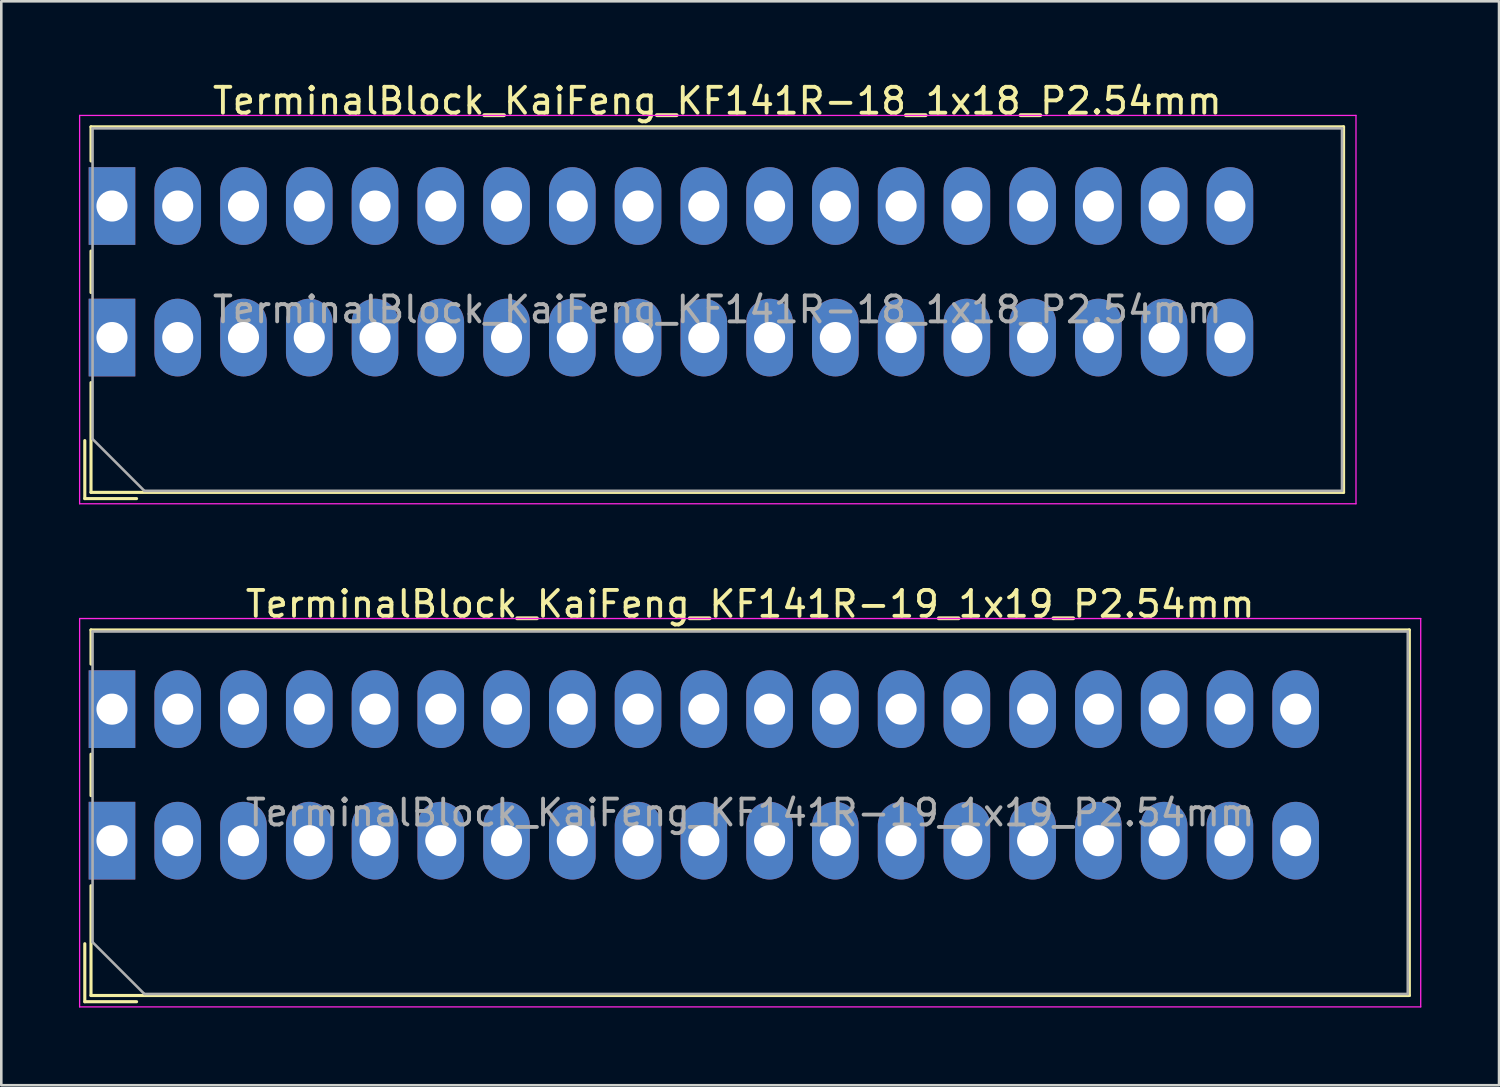
<source format=kicad_pcb>
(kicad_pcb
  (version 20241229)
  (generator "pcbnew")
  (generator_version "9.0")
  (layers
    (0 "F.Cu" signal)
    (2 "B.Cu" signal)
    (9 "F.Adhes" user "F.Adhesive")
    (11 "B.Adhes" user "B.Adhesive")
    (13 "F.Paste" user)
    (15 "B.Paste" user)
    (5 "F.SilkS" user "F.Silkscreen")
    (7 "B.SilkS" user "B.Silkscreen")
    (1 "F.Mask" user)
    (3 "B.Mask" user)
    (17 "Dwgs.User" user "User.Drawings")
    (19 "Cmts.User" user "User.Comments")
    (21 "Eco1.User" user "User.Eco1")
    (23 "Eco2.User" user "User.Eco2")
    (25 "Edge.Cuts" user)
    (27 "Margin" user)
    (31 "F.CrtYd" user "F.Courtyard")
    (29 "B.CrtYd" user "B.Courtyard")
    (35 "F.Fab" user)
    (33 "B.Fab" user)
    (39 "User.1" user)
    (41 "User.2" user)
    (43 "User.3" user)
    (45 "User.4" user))
  (footprint "TerminalBlock_KaiFeng_KF141R-18_1x18_P2.54mm"
    (layer "F.Cu")
    (at 1.275 4.908)
    (property "Reference" "TerminalBlock_KaiFeng_KF141R-18_1x18_P2.54mm" (at 23.38 -4.06 0) (layer "F.SilkS") (effects (font (size 1 1) (thickness 0.15))))
    (attr through_hole)
    (fp_line (start -1.05 9.06) (end -1.05 11.3) (stroke (width 0.12) (type solid)) (layer "F.SilkS"))
    (fp_line (start -1.05 11.3) (end 0.95 11.3) (stroke (width 0.12) (type solid)) (layer "F.SilkS"))
    (fp_line (start -0.81 -3.06) (end -0.81 -1.74) (stroke (width 0.12) (type solid)) (layer "F.SilkS"))
    (fp_line (start -0.81 -3.06) (end 47.57 -3.06) (stroke (width 0.12) (type solid)) (layer "F.SilkS"))
    (fp_line (start -0.81 1.74) (end -0.81 3.34) (stroke (width 0.12) (type solid)) (layer "F.SilkS"))
    (fp_line (start -0.81 6.82) (end -0.81 11.06) (stroke (width 0.12) (type solid)) (layer "F.SilkS"))
    (fp_line (start -0.81 11.06) (end 47.57 11.06) (stroke (width 0.12) (type solid)) (layer "F.SilkS"))
    (fp_line (start 47.57 -3.06) (end 47.57 11.06) (stroke (width 0.12) (type solid)) (layer "F.SilkS"))
    (fp_line (start -1.25 -3.5) (end -1.25 11.5) (stroke (width 0.05) (type solid)) (layer "F.CrtYd"))
    (fp_line (start -1.25 11.5) (end 48.05 11.5) (stroke (width 0.05) (type solid)) (layer "F.CrtYd"))
    (fp_line (start 48.05 -3.5) (end -1.25 -3.5) (stroke (width 0.05) (type solid)) (layer "F.CrtYd"))
    (fp_line (start 48.05 11.5) (end 48.05 -3.5) (stroke (width 0.05) (type solid)) (layer "F.CrtYd"))
    (fp_line (start -0.75 -3) (end 47.51 -3) (stroke (width 0.1) (type solid)) (layer "F.Fab"))
    (fp_line (start -0.75 9) (end -0.75 -3) (stroke (width 0.1) (type solid)) (layer "F.Fab"))
    (fp_line (start 1.25 11) (end -0.75 9) (stroke (width 0.1) (type solid)) (layer "F.Fab"))
    (fp_line (start 47.51 -3) (end 47.51 11) (stroke (width 0.1) (type solid)) (layer "F.Fab"))
    (fp_line (start 47.51 11) (end 1.25 11) (stroke (width 0.1) (type solid)) (layer "F.Fab"))
    (fp_text user "${REFERENCE}" (at 23.38 4 0) (layer "F.Fab") (effects (font (size 1 1) (thickness 0.15))))
    (pad "1" thru_hole rect (at 0 0) (size 1.8 3) (drill 1.2) (layers "*.Cu" "*.Mask"))
    (pad "1" thru_hole rect (at 0 5.08) (size 1.8 3) (drill 1.2) (layers "*.Cu" "*.Mask"))
    (pad "2" thru_hole oval (at 2.54 0) (size 1.8 3) (drill 1.2) (layers "*.Cu" "*.Mask"))
    (pad "2" thru_hole oval (at 2.54 5.08) (size 1.8 3) (drill 1.2) (layers "*.Cu" "*.Mask"))
    (pad "3" thru_hole oval (at 5.08 0) (size 1.8 3) (drill 1.2) (layers "*.Cu" "*.Mask"))
    (pad "3" thru_hole oval (at 5.08 5.08) (size 1.8 3) (drill 1.2) (layers "*.Cu" "*.Mask"))
    (pad "4" thru_hole oval (at 7.62 0) (size 1.8 3) (drill 1.2) (layers "*.Cu" "*.Mask"))
    (pad "4" thru_hole oval (at 7.62 5.08) (size 1.8 3) (drill 1.2) (layers "*.Cu" "*.Mask"))
    (pad "5" thru_hole oval (at 10.16 0) (size 1.8 3) (drill 1.2) (layers "*.Cu" "*.Mask"))
    (pad "5" thru_hole oval (at 10.16 5.08) (size 1.8 3) (drill 1.2) (layers "*.Cu" "*.Mask"))
    (pad "6" thru_hole oval (at 12.7 0) (size 1.8 3) (drill 1.2) (layers "*.Cu" "*.Mask"))
    (pad "6" thru_hole oval (at 12.7 5.08) (size 1.8 3) (drill 1.2) (layers "*.Cu" "*.Mask"))
    (pad "7" thru_hole oval (at 15.24 0) (size 1.8 3) (drill 1.2) (layers "*.Cu" "*.Mask"))
    (pad "7" thru_hole oval (at 15.24 5.08) (size 1.8 3) (drill 1.2) (layers "*.Cu" "*.Mask"))
    (pad "8" thru_hole oval (at 17.78 0) (size 1.8 3) (drill 1.2) (layers "*.Cu" "*.Mask"))
    (pad "8" thru_hole oval (at 17.78 5.08) (size 1.8 3) (drill 1.2) (layers "*.Cu" "*.Mask"))
    (pad "9" thru_hole oval (at 20.32 0) (size 1.8 3) (drill 1.2) (layers "*.Cu" "*.Mask"))
    (pad "9" thru_hole oval (at 20.32 5.08) (size 1.8 3) (drill 1.2) (layers "*.Cu" "*.Mask"))
    (pad "10" thru_hole oval (at 22.86 0) (size 1.8 3) (drill 1.2) (layers "*.Cu" "*.Mask"))
    (pad "10" thru_hole oval (at 22.86 5.08) (size 1.8 3) (drill 1.2) (layers "*.Cu" "*.Mask"))
    (pad "11" thru_hole oval (at 25.4 0) (size 1.8 3) (drill 1.2) (layers "*.Cu" "*.Mask"))
    (pad "11" thru_hole oval (at 25.4 5.08) (size 1.8 3) (drill 1.2) (layers "*.Cu" "*.Mask"))
    (pad "12" thru_hole oval (at 27.94 0) (size 1.8 3) (drill 1.2) (layers "*.Cu" "*.Mask"))
    (pad "12" thru_hole oval (at 27.94 5.08) (size 1.8 3) (drill 1.2) (layers "*.Cu" "*.Mask"))
    (pad "13" thru_hole oval (at 30.48 0) (size 1.8 3) (drill 1.2) (layers "*.Cu" "*.Mask"))
    (pad "13" thru_hole oval (at 30.48 5.08) (size 1.8 3) (drill 1.2) (layers "*.Cu" "*.Mask"))
    (pad "14" thru_hole oval (at 33.02 0) (size 1.8 3) (drill 1.2) (layers "*.Cu" "*.Mask"))
    (pad "14" thru_hole oval (at 33.02 5.08) (size 1.8 3) (drill 1.2) (layers "*.Cu" "*.Mask"))
    (pad "15" thru_hole oval (at 35.56 0) (size 1.8 3) (drill 1.2) (layers "*.Cu" "*.Mask"))
    (pad "15" thru_hole oval (at 35.56 5.08) (size 1.8 3) (drill 1.2) (layers "*.Cu" "*.Mask"))
    (pad "16" thru_hole oval (at 38.1 0) (size 1.8 3) (drill 1.2) (layers "*.Cu" "*.Mask"))
    (pad "16" thru_hole oval (at 38.1 5.08) (size 1.8 3) (drill 1.2) (layers "*.Cu" "*.Mask"))
    (pad "17" thru_hole oval (at 40.64 0) (size 1.8 3) (drill 1.2) (layers "*.Cu" "*.Mask"))
    (pad "17" thru_hole oval (at 40.64 5.08) (size 1.8 3) (drill 1.2) (layers "*.Cu" "*.Mask"))
    (pad "18" thru_hole oval (at 43.18 0) (size 1.8 3) (drill 1.2) (layers "*.Cu" "*.Mask"))
    (pad "18" thru_hole oval (at 43.18 5.08) (size 1.8 3) (drill 1.2) (layers "*.Cu" "*.Mask")))
  (footprint "TerminalBlock_KaiFeng_KF141R-19_1x19_P2.54mm"
    (layer "F.Cu")
    (at 1.275 24.341)
    (property "Reference" "TerminalBlock_KaiFeng_KF141R-19_1x19_P2.54mm" (at 24.65 -4.06 0) (layer "F.SilkS") (effects (font (size 1 1) (thickness 0.15))))
    (attr through_hole)
    (fp_line (start -1.05 9.06) (end -1.05 11.3) (stroke (width 0.12) (type solid)) (layer "F.SilkS"))
    (fp_line (start -1.05 11.3) (end 0.95 11.3) (stroke (width 0.12) (type solid)) (layer "F.SilkS"))
    (fp_line (start -0.81 -3.06) (end -0.81 -1.74) (stroke (width 0.12) (type solid)) (layer "F.SilkS"))
    (fp_line (start -0.81 -3.06) (end 50.11 -3.06) (stroke (width 0.12) (type solid)) (layer "F.SilkS"))
    (fp_line (start -0.81 1.74) (end -0.81 3.34) (stroke (width 0.12) (type solid)) (layer "F.SilkS"))
    (fp_line (start -0.81 6.82) (end -0.81 11.06) (stroke (width 0.12) (type solid)) (layer "F.SilkS"))
    (fp_line (start -0.81 11.06) (end 50.11 11.06) (stroke (width 0.12) (type solid)) (layer "F.SilkS"))
    (fp_line (start 50.11 -3.06) (end 50.11 11.06) (stroke (width 0.12) (type solid)) (layer "F.SilkS"))
    (fp_line (start -1.25 -3.5) (end -1.25 11.5) (stroke (width 0.05) (type solid)) (layer "F.CrtYd"))
    (fp_line (start -1.25 11.5) (end 50.55 11.5) (stroke (width 0.05) (type solid)) (layer "F.CrtYd"))
    (fp_line (start 50.55 -3.5) (end -1.25 -3.5) (stroke (width 0.05) (type solid)) (layer "F.CrtYd"))
    (fp_line (start 50.55 11.5) (end 50.55 -3.5) (stroke (width 0.05) (type solid)) (layer "F.CrtYd"))
    (fp_line (start -0.75 -3) (end 50.05 -3) (stroke (width 0.1) (type solid)) (layer "F.Fab"))
    (fp_line (start -0.75 9) (end -0.75 -3) (stroke (width 0.1) (type solid)) (layer "F.Fab"))
    (fp_line (start 1.25 11) (end -0.75 9) (stroke (width 0.1) (type solid)) (layer "F.Fab"))
    (fp_line (start 50.05 -3) (end 50.05 11) (stroke (width 0.1) (type solid)) (layer "F.Fab"))
    (fp_line (start 50.05 11) (end 1.25 11) (stroke (width 0.1) (type solid)) (layer "F.Fab"))
    (fp_text user "${REFERENCE}" (at 24.65 4 0) (layer "F.Fab") (effects (font (size 1 1) (thickness 0.15))))
    (pad "1" thru_hole rect (at 0 0) (size 1.8 3) (drill 1.2) (layers "*.Cu" "*.Mask"))
    (pad "1" thru_hole rect (at 0 5.08) (size 1.8 3) (drill 1.2) (layers "*.Cu" "*.Mask"))
    (pad "2" thru_hole oval (at 2.54 0) (size 1.8 3) (drill 1.2) (layers "*.Cu" "*.Mask"))
    (pad "2" thru_hole oval (at 2.54 5.08) (size 1.8 3) (drill 1.2) (layers "*.Cu" "*.Mask"))
    (pad "3" thru_hole oval (at 5.08 0) (size 1.8 3) (drill 1.2) (layers "*.Cu" "*.Mask"))
    (pad "3" thru_hole oval (at 5.08 5.08) (size 1.8 3) (drill 1.2) (layers "*.Cu" "*.Mask"))
    (pad "4" thru_hole oval (at 7.62 0) (size 1.8 3) (drill 1.2) (layers "*.Cu" "*.Mask"))
    (pad "4" thru_hole oval (at 7.62 5.08) (size 1.8 3) (drill 1.2) (layers "*.Cu" "*.Mask"))
    (pad "5" thru_hole oval (at 10.16 0) (size 1.8 3) (drill 1.2) (layers "*.Cu" "*.Mask"))
    (pad "5" thru_hole oval (at 10.16 5.08) (size 1.8 3) (drill 1.2) (layers "*.Cu" "*.Mask"))
    (pad "6" thru_hole oval (at 12.7 0) (size 1.8 3) (drill 1.2) (layers "*.Cu" "*.Mask"))
    (pad "6" thru_hole oval (at 12.7 5.08) (size 1.8 3) (drill 1.2) (layers "*.Cu" "*.Mask"))
    (pad "7" thru_hole oval (at 15.24 0) (size 1.8 3) (drill 1.2) (layers "*.Cu" "*.Mask"))
    (pad "7" thru_hole oval (at 15.24 5.08) (size 1.8 3) (drill 1.2) (layers "*.Cu" "*.Mask"))
    (pad "8" thru_hole oval (at 17.78 0) (size 1.8 3) (drill 1.2) (layers "*.Cu" "*.Mask"))
    (pad "8" thru_hole oval (at 17.78 5.08) (size 1.8 3) (drill 1.2) (layers "*.Cu" "*.Mask"))
    (pad "9" thru_hole oval (at 20.32 0) (size 1.8 3) (drill 1.2) (layers "*.Cu" "*.Mask"))
    (pad "9" thru_hole oval (at 20.32 5.08) (size 1.8 3) (drill 1.2) (layers "*.Cu" "*.Mask"))
    (pad "10" thru_hole oval (at 22.86 0) (size 1.8 3) (drill 1.2) (layers "*.Cu" "*.Mask"))
    (pad "10" thru_hole oval (at 22.86 5.08) (size 1.8 3) (drill 1.2) (layers "*.Cu" "*.Mask"))
    (pad "11" thru_hole oval (at 25.4 0) (size 1.8 3) (drill 1.2) (layers "*.Cu" "*.Mask"))
    (pad "11" thru_hole oval (at 25.4 5.08) (size 1.8 3) (drill 1.2) (layers "*.Cu" "*.Mask"))
    (pad "12" thru_hole oval (at 27.94 0) (size 1.8 3) (drill 1.2) (layers "*.Cu" "*.Mask"))
    (pad "12" thru_hole oval (at 27.94 5.08) (size 1.8 3) (drill 1.2) (layers "*.Cu" "*.Mask"))
    (pad "13" thru_hole oval (at 30.48 0) (size 1.8 3) (drill 1.2) (layers "*.Cu" "*.Mask"))
    (pad "13" thru_hole oval (at 30.48 5.08) (size 1.8 3) (drill 1.2) (layers "*.Cu" "*.Mask"))
    (pad "14" thru_hole oval (at 33.02 0) (size 1.8 3) (drill 1.2) (layers "*.Cu" "*.Mask"))
    (pad "14" thru_hole oval (at 33.02 5.08) (size 1.8 3) (drill 1.2) (layers "*.Cu" "*.Mask"))
    (pad "15" thru_hole oval (at 35.56 0) (size 1.8 3) (drill 1.2) (layers "*.Cu" "*.Mask"))
    (pad "15" thru_hole oval (at 35.56 5.08) (size 1.8 3) (drill 1.2) (layers "*.Cu" "*.Mask"))
    (pad "16" thru_hole oval (at 38.1 0) (size 1.8 3) (drill 1.2) (layers "*.Cu" "*.Mask"))
    (pad "16" thru_hole oval (at 38.1 5.08) (size 1.8 3) (drill 1.2) (layers "*.Cu" "*.Mask"))
    (pad "17" thru_hole oval (at 40.64 0) (size 1.8 3) (drill 1.2) (layers "*.Cu" "*.Mask"))
    (pad "17" thru_hole oval (at 40.64 5.08) (size 1.8 3) (drill 1.2) (layers "*.Cu" "*.Mask"))
    (pad "18" thru_hole oval (at 43.18 0) (size 1.8 3) (drill 1.2) (layers "*.Cu" "*.Mask"))
    (pad "18" thru_hole oval (at 43.18 5.08) (size 1.8 3) (drill 1.2) (layers "*.Cu" "*.Mask"))
    (pad "19" thru_hole oval (at 45.72 0) (size 1.8 3) (drill 1.2) (layers "*.Cu" "*.Mask"))
    (pad "19" thru_hole oval (at 45.72 5.08) (size 1.8 3) (drill 1.2) (layers "*.Cu" "*.Mask")))
  (gr_rect
    (start -3 -3)
    (end 54.85 38.867)
    (stroke (width 0.1) (type default))
    (fill no)
    (layer "Edge.Cuts")))
</source>
